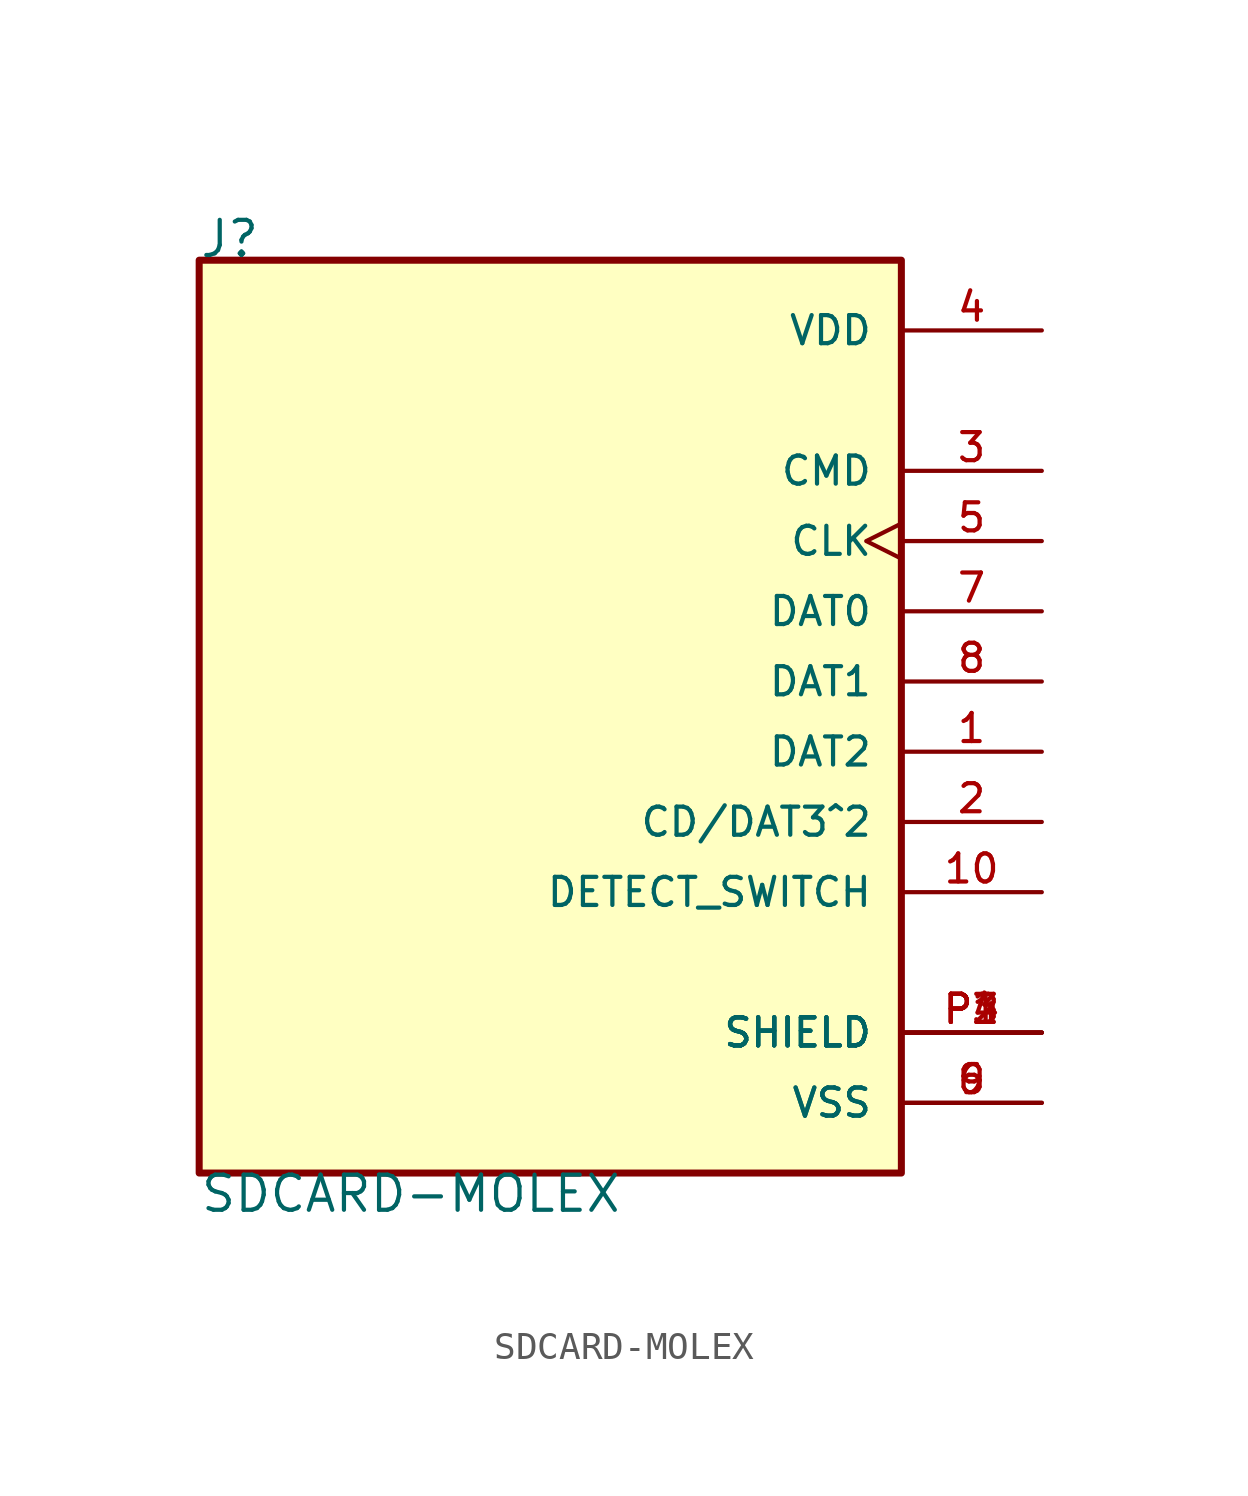
<source format=kicad_sym>
(kicad_symbol_lib
  (version 20241209)
  (generator "kicad_symbol_editor")
  (generator_version "9.0")
  (symbol "SDCARD-MOLEX"
    (pin_names
      (offset 1.016))
    (property "Reference" "J"
      (at -12.722 15.266 0)
      (effects (font (size 1.27 1.27)) (justify left bottom)))
    (property "Value" "SDCARD-MOLEX"
      (at -12.704 -17.786 0)
      (effects (font (size 1.27 1.27)) (justify left top)))
    (symbol "SDCARD-MOLEX_0_0"
      (rectangle (start -12.7 -17.78) (end 12.7 15.24) (stroke (width 0.254) (type default)) (fill (type background)))
      (pin power_in line (at 17.78 12.7 180) (length 5.08) (name "VDD" (effects (font (size 1.016 1.016)))) (number "4" (effects (font (size 1.016 1.016)))))
      (pin passive line (at 17.78 7.62 180) (length 5.08) (name "CMD" (effects (font (size 1.016 1.016)))) (number "3" (effects (font (size 1.016 1.016)))))
      (pin passive clock (at 17.78 5.08 180) (length 5.08) (name "CLK" (effects (font (size 1.016 1.016)))) (number "5" (effects (font (size 1.016 1.016)))))
      (pin passive line (at 17.78 2.54 180) (length 5.08) (name "DAT0" (effects (font (size 1.016 1.016)))) (number "7" (effects (font (size 1.016 1.016)))))
      (pin passive line (at 17.78 0 180) (length 5.08) (name "DAT1" (effects (font (size 1.016 1.016)))) (number "8" (effects (font (size 1.016 1.016)))))
      (pin passive line (at 17.78 -2.54 180) (length 5.08) (name "DAT2" (effects (font (size 1.016 1.016)))) (number "1" (effects (font (size 1.016 1.016)))))
      (pin passive line (at 17.78 -5.08 180) (length 5.08) (name "CD/DAT3^2" (effects (font (size 1.016 1.016)))) (number "2" (effects (font (size 1.016 1.016)))))
      (pin passive line (at 17.78 -7.62 180) (length 5.08) (name "DETECT_SWITCH" (effects (font (size 1.016 1.016)))) (number "10" (effects (font (size 1.016 1.016)))))
      (pin passive line (at 17.78 -12.7 180) (length 5.08) (name "SHIELD" (effects (font (size 1.016 1.016)))) (number "P1" (effects (font (size 1.016 1.016)))))
      (pin passive line (at 17.78 -12.7 180) (length 5.08) (name "SHIELD" (effects (font (size 1.016 1.016)))) (number "P2" (effects (font (size 1.016 1.016)))))
      (pin passive line (at 17.78 -12.7 180) (length 5.08) (name "SHIELD" (effects (font (size 1.016 1.016)))) (number "P3" (effects (font (size 1.016 1.016)))))
      (pin passive line (at 17.78 -12.7 180) (length 5.08) (name "SHIELD" (effects (font (size 1.016 1.016)))) (number "P4" (effects (font (size 1.016 1.016)))))
      (pin power_in line (at 17.78 -15.24 180) (length 5.08) (name "VSS" (effects (font (size 1.016 1.016)))) (number "6" (effects (font (size 1.016 1.016)))))
      (pin power_in line (at 17.78 -15.24 180) (length 5.08) (name "VSS" (effects (font (size 1.016 1.016)))) (number "9" (effects (font (size 1.016 1.016))))))))
</source>
